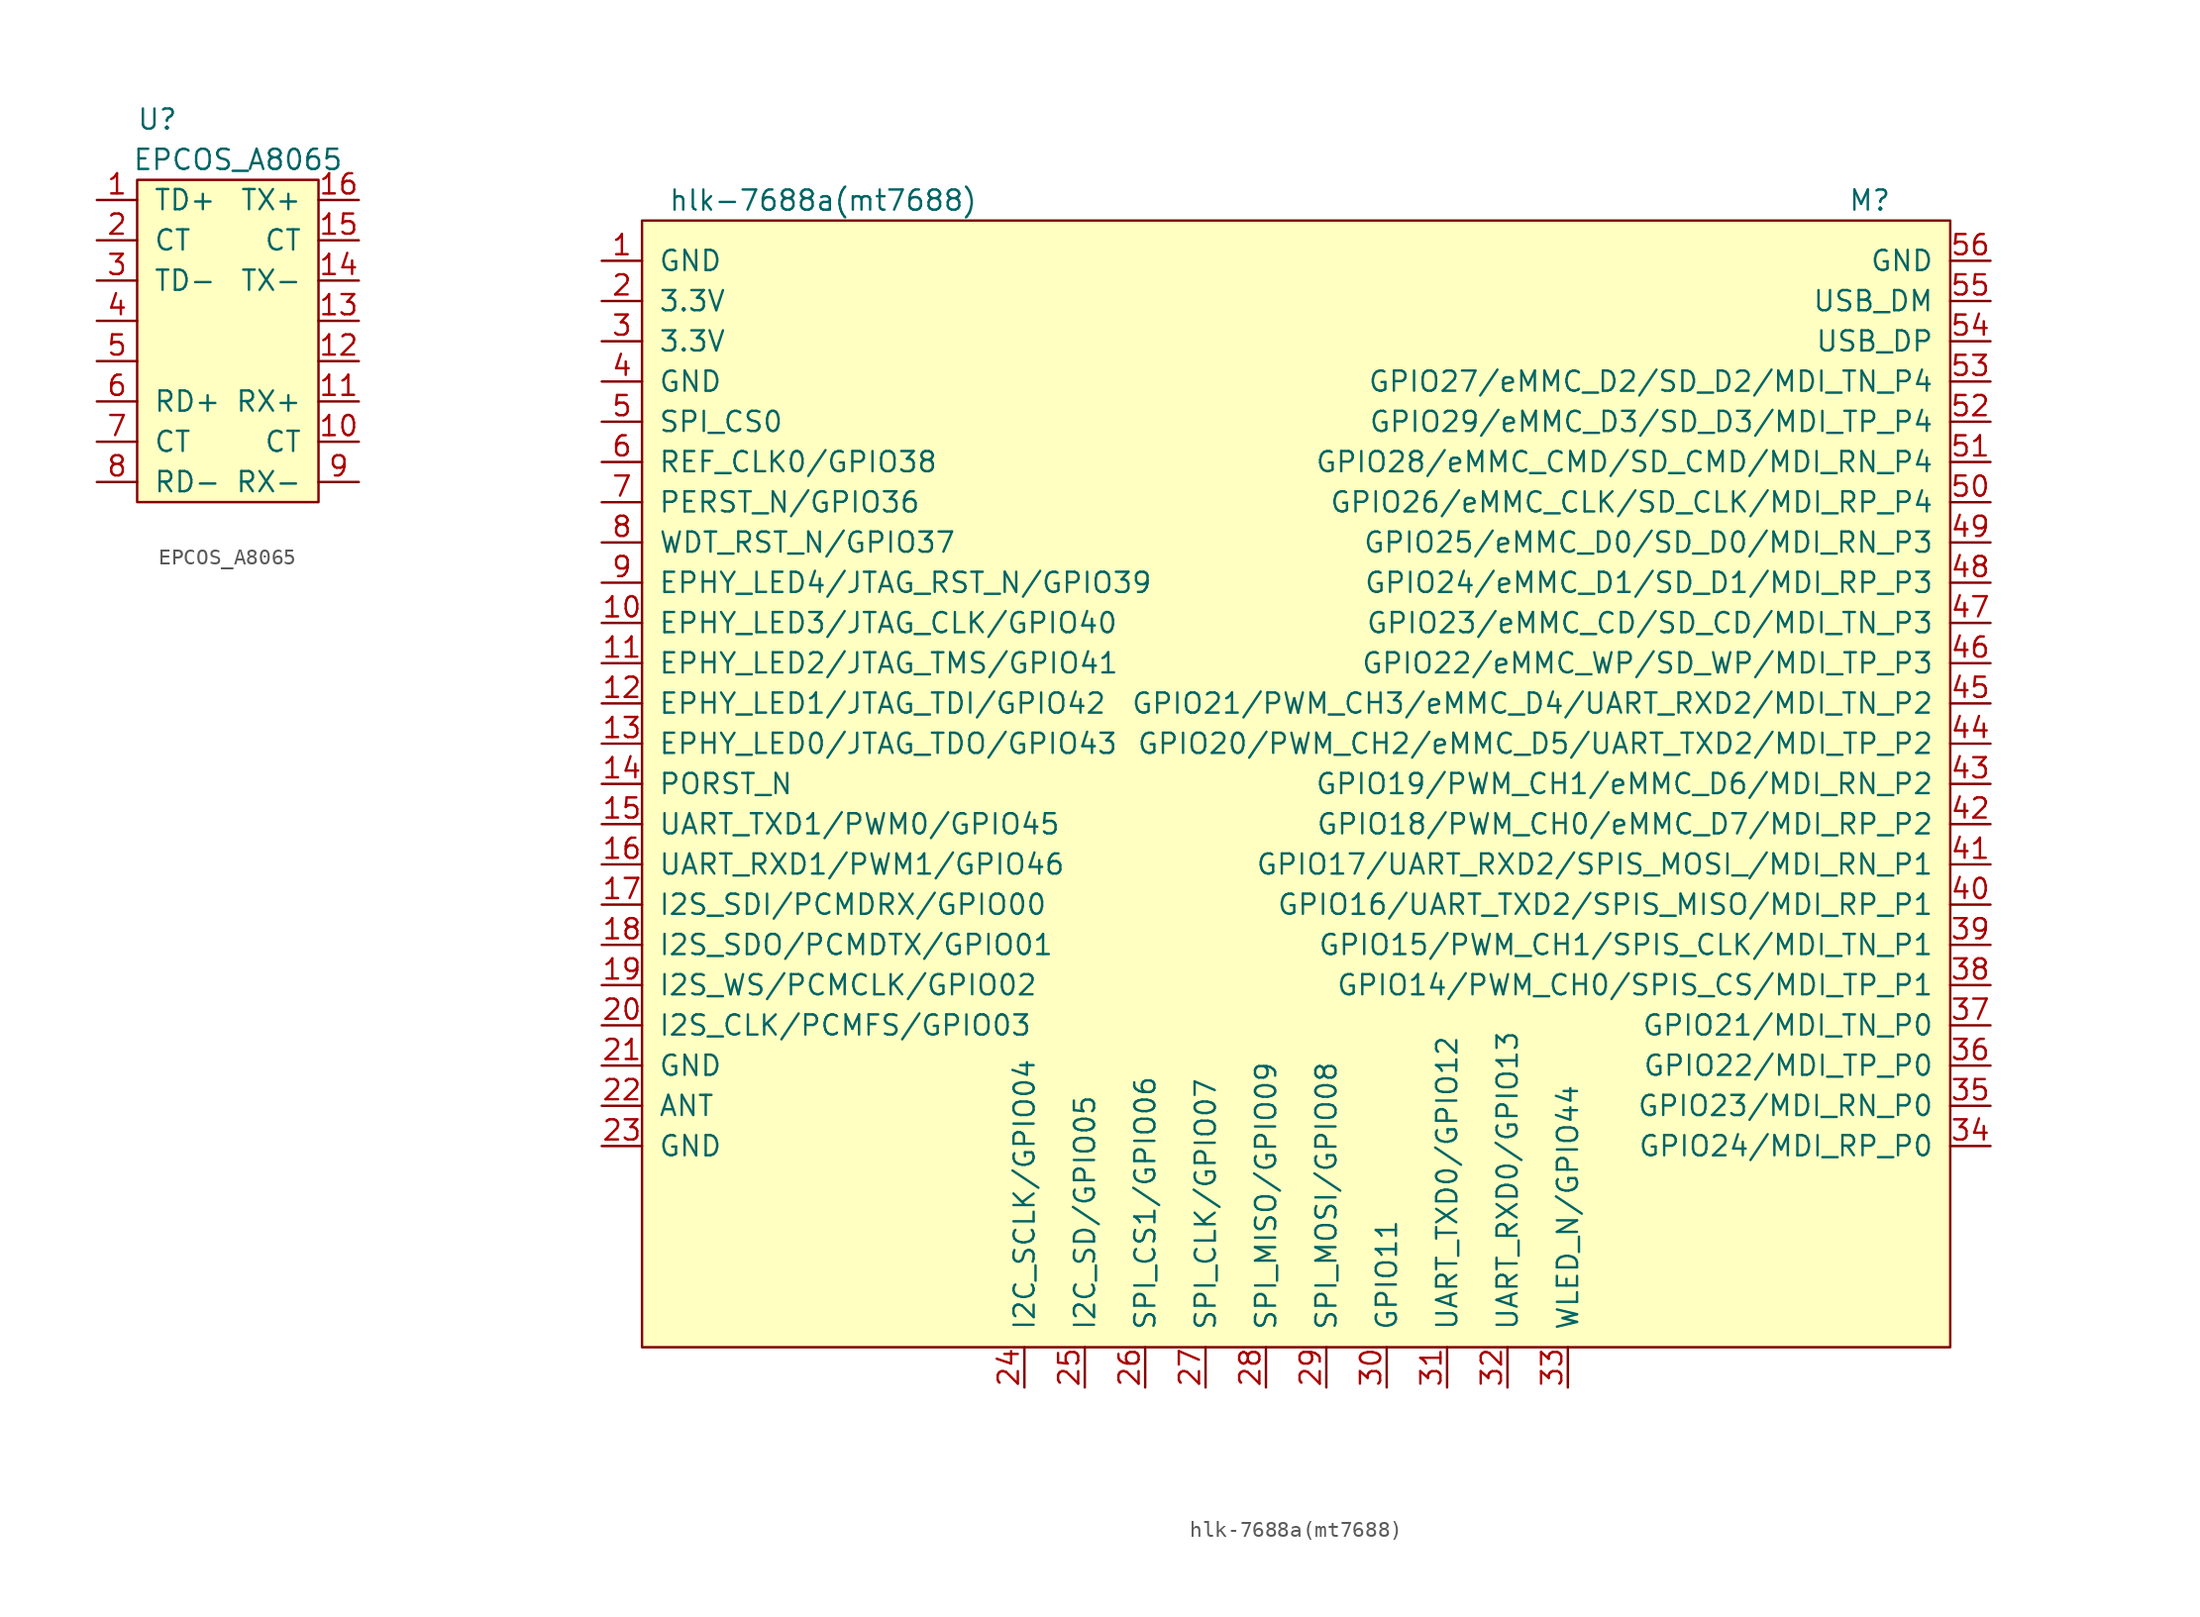
<source format=kicad_sym>
(kicad_symbol_lib
  (version 20211014)
  (generator kicad_symbol_editor)
  (symbol "components0:EPCOS_A8065"
    (pin_names
      (offset 1.016))
    (property "Reference" "U"
      (at -5.08 12.7 0)
      (effects (font (size 1.27 1.27))))
    (property "Value" "EPCOS_A8065"
      (at 0 10.16 0)
      (effects (font (size 1.27 1.27))))
    (symbol "EPCOS_A8065_0_0"
      (rectangle (start -6.35 8.89) (end 5.08 -11.43) (stroke (width 0) (type default) (color 0 0 0 0)) (fill (type background))))
    (symbol "EPCOS_A8065_1_1"
      (pin bidirectional line (at -8.89 7.62 0) (length 2.54) (name "TD+" (effects (font (size 1.27 1.27)))) (number "1" (effects (font (size 1.27 1.27)))))
      (pin bidirectional line (at 7.62 -7.62 180) (length 2.54) (name "CT" (effects (font (size 1.27 1.27)))) (number "10" (effects (font (size 1.27 1.27)))))
      (pin bidirectional line (at 7.62 -5.08 180) (length 2.54) (name "RX+" (effects (font (size 1.27 1.27)))) (number "11" (effects (font (size 1.27 1.27)))))
      (pin bidirectional line (at 7.62 -2.54 180) (length 2.54) (name "~" (effects (font (size 1.27 1.27)))) (number "12" (effects (font (size 1.27 1.27)))))
      (pin bidirectional line (at 7.62 0 180) (length 2.54) (name "~" (effects (font (size 1.27 1.27)))) (number "13" (effects (font (size 1.27 1.27)))))
      (pin bidirectional line (at 7.62 2.54 180) (length 2.54) (name "TX-" (effects (font (size 1.27 1.27)))) (number "14" (effects (font (size 1.27 1.27)))))
      (pin bidirectional line (at 7.62 5.08 180) (length 2.54) (name "CT" (effects (font (size 1.27 1.27)))) (number "15" (effects (font (size 1.27 1.27)))))
      (pin bidirectional line (at 7.62 7.62 180) (length 2.54) (name "TX+" (effects (font (size 1.27 1.27)))) (number "16" (effects (font (size 1.27 1.27)))))
      (pin bidirectional line (at -8.89 5.08 0) (length 2.54) (name "CT" (effects (font (size 1.27 1.27)))) (number "2" (effects (font (size 1.27 1.27)))))
      (pin bidirectional line (at -8.89 2.54 0) (length 2.54) (name "TD-" (effects (font (size 1.27 1.27)))) (number "3" (effects (font (size 1.27 1.27)))))
      (pin bidirectional line (at -8.89 0 0) (length 2.54) (name "~" (effects (font (size 1.27 1.27)))) (number "4" (effects (font (size 1.27 1.27)))))
      (pin bidirectional line (at -8.89 -2.54 0) (length 2.54) (name "~" (effects (font (size 1.27 1.27)))) (number "5" (effects (font (size 1.27 1.27)))))
      (pin bidirectional line (at -8.89 -5.08 0) (length 2.54) (name "RD+" (effects (font (size 1.27 1.27)))) (number "6" (effects (font (size 1.27 1.27)))))
      (pin bidirectional line (at -8.89 -7.62 0) (length 2.54) (name "CT" (effects (font (size 1.27 1.27)))) (number "7" (effects (font (size 1.27 1.27)))))
      (pin bidirectional line (at -8.89 -10.16 0) (length 2.54) (name "RD-" (effects (font (size 1.27 1.27)))) (number "8" (effects (font (size 1.27 1.27)))))
      (pin bidirectional line (at 7.62 -10.16 180) (length 2.54) (name "RX-" (effects (font (size 1.27 1.27)))) (number "9" (effects (font (size 1.27 1.27)))))))
  (symbol "components0:hlk-7688a(mt7688)"
    (pin_names
      (offset 1.016))
    (property "Reference" "M"
      (at 36.83 30.48 0)
      (effects (font (size 1.27 1.27))))
    (property "Value" "hlk-7688a(mt7688)"
      (at -29.21 30.48 0)
      (effects (font (size 1.27 1.27))))
    (symbol "hlk-7688a(mt7688)_0_1"
      (rectangle (start -40.64 29.21) (end 41.91 -41.91) (stroke (width 0) (type default) (color 0 0 0 0)) (fill (type background))))
    (symbol "hlk-7688a(mt7688)_1_1"
      (pin power_in line (at -43.18 26.67 0) (length 2.54) (name "GND" (effects (font (size 1.27 1.27)))) (number "1" (effects (font (size 1.27 1.27)))))
      (pin bidirectional line (at -43.18 3.81 0) (length 2.54) (name "EPHY_LED3/JTAG_CLK/GPIO40" (effects (font (size 1.27 1.27)))) (number "10" (effects (font (size 1.27 1.27)))))
      (pin bidirectional line (at -43.18 1.27 0) (length 2.54) (name "EPHY_LED2/JTAG_TMS/GPIO41" (effects (font (size 1.27 1.27)))) (number "11" (effects (font (size 1.27 1.27)))))
      (pin bidirectional line (at -43.18 -1.27 0) (length 2.54) (name "EPHY_LED1/JTAG_TDI/GPIO42" (effects (font (size 1.27 1.27)))) (number "12" (effects (font (size 1.27 1.27)))))
      (pin bidirectional line (at -43.18 -3.81 0) (length 2.54) (name "EPHY_LED0/JTAG_TDO/GPIO43" (effects (font (size 1.27 1.27)))) (number "13" (effects (font (size 1.27 1.27)))))
      (pin bidirectional line (at -43.18 -6.35 0) (length 2.54) (name "PORST_N" (effects (font (size 1.27 1.27)))) (number "14" (effects (font (size 1.27 1.27)))))
      (pin bidirectional line (at -43.18 -8.89 0) (length 2.54) (name "UART_TXD1/PWM0/GPIO45" (effects (font (size 1.27 1.27)))) (number "15" (effects (font (size 1.27 1.27)))))
      (pin bidirectional line (at -43.18 -11.43 0) (length 2.54) (name "UART_RXD1/PWM1/GPIO46" (effects (font (size 1.27 1.27)))) (number "16" (effects (font (size 1.27 1.27)))))
      (pin bidirectional line (at -43.18 -13.97 0) (length 2.54) (name "I2S_SDI/PCMDRX/GPIO00" (effects (font (size 1.27 1.27)))) (number "17" (effects (font (size 1.27 1.27)))))
      (pin bidirectional line (at -43.18 -16.51 0) (length 2.54) (name "I2S_SDO/PCMDTX/GPIO01" (effects (font (size 1.27 1.27)))) (number "18" (effects (font (size 1.27 1.27)))))
      (pin bidirectional line (at -43.18 -19.05 0) (length 2.54) (name "I2S_WS/PCMCLK/GPIO02" (effects (font (size 1.27 1.27)))) (number "19" (effects (font (size 1.27 1.27)))))
      (pin power_in line (at -43.18 24.13 0) (length 2.54) (name "3.3V" (effects (font (size 1.27 1.27)))) (number "2" (effects (font (size 1.27 1.27)))))
      (pin bidirectional line (at -43.18 -21.59 0) (length 2.54) (name "I2S_CLK/PCMFS/GPIO03" (effects (font (size 1.27 1.27)))) (number "20" (effects (font (size 1.27 1.27)))))
      (pin power_in line (at -43.18 -24.13 0) (length 2.54) (name "GND" (effects (font (size 1.27 1.27)))) (number "21" (effects (font (size 1.27 1.27)))))
      (pin output line (at -43.18 -26.67 0) (length 2.54) (name "ANT" (effects (font (size 1.27 1.27)))) (number "22" (effects (font (size 1.27 1.27)))))
      (pin power_in line (at -43.18 -29.21 0) (length 2.54) (name "GND" (effects (font (size 1.27 1.27)))) (number "23" (effects (font (size 1.27 1.27)))))
      (pin bidirectional line (at -16.51 -44.45 90) (length 2.54) (name "I2C_SCLK/GPIO04" (effects (font (size 1.27 1.27)))) (number "24" (effects (font (size 1.27 1.27)))))
      (pin bidirectional line (at -12.7 -44.45 90) (length 2.54) (name "I2C_SD/GPIO05" (effects (font (size 1.27 1.27)))) (number "25" (effects (font (size 1.27 1.27)))))
      (pin bidirectional line (at -8.89 -44.45 90) (length 2.54) (name "SPI_CS1/GPIO06" (effects (font (size 1.27 1.27)))) (number "26" (effects (font (size 1.27 1.27)))))
      (pin bidirectional line (at -5.08 -44.45 90) (length 2.54) (name "SPI_CLK/GPIO07" (effects (font (size 1.27 1.27)))) (number "27" (effects (font (size 1.27 1.27)))))
      (pin bidirectional line (at -1.27 -44.45 90) (length 2.54) (name "SPI_MISO/GPIO09" (effects (font (size 1.27 1.27)))) (number "28" (effects (font (size 1.27 1.27)))))
      (pin bidirectional line (at 2.54 -44.45 90) (length 2.54) (name "SPI_MOSI/GPIO08" (effects (font (size 1.27 1.27)))) (number "29" (effects (font (size 1.27 1.27)))))
      (pin power_in line (at -43.18 21.59 0) (length 2.54) (name "3.3V" (effects (font (size 1.27 1.27)))) (number "3" (effects (font (size 1.27 1.27)))))
      (pin bidirectional line (at 6.35 -44.45 90) (length 2.54) (name "GPIO11" (effects (font (size 1.27 1.27)))) (number "30" (effects (font (size 1.27 1.27)))))
      (pin bidirectional line (at 10.16 -44.45 90) (length 2.54) (name "UART_TXD0/GPIO12" (effects (font (size 1.27 1.27)))) (number "31" (effects (font (size 1.27 1.27)))))
      (pin bidirectional line (at 13.97 -44.45 90) (length 2.54) (name "UART_RXD0/GPIO13" (effects (font (size 1.27 1.27)))) (number "32" (effects (font (size 1.27 1.27)))))
      (pin bidirectional line (at 17.78 -44.45 90) (length 2.54) (name "WLED_N/GPIO44" (effects (font (size 1.27 1.27)))) (number "33" (effects (font (size 1.27 1.27)))))
      (pin bidirectional line (at 44.45 -29.21 180) (length 2.54) (name "GPIO24/MDI_RP_P0" (effects (font (size 1.27 1.27)))) (number "34" (effects (font (size 1.27 1.27)))))
      (pin bidirectional line (at 44.45 -26.67 180) (length 2.54) (name "GPIO23/MDI_RN_P0" (effects (font (size 1.27 1.27)))) (number "35" (effects (font (size 1.27 1.27)))))
      (pin bidirectional line (at 44.45 -24.13 180) (length 2.54) (name "GPIO22/MDI_TP_P0" (effects (font (size 1.27 1.27)))) (number "36" (effects (font (size 1.27 1.27)))))
      (pin bidirectional line (at 44.45 -21.59 180) (length 2.54) (name "GPIO21/MDI_TN_P0" (effects (font (size 1.27 1.27)))) (number "37" (effects (font (size 1.27 1.27)))))
      (pin bidirectional line (at 44.45 -19.05 180) (length 2.54) (name "GPIO14/PWM_CH0/SPIS_CS/MDI_TP_P1" (effects (font (size 1.27 1.27)))) (number "38" (effects (font (size 1.27 1.27)))))
      (pin bidirectional line (at 44.45 -16.51 180) (length 2.54) (name "GPIO15/PWM_CH1/SPIS_CLK/MDI_TN_P1" (effects (font (size 1.27 1.27)))) (number "39" (effects (font (size 1.27 1.27)))))
      (pin power_in line (at -43.18 19.05 0) (length 2.54) (name "GND" (effects (font (size 1.27 1.27)))) (number "4" (effects (font (size 1.27 1.27)))))
      (pin bidirectional line (at 44.45 -13.97 180) (length 2.54) (name "GPIO16/UART_TXD2/SPIS_MISO/MDI_RP_P1" (effects (font (size 1.27 1.27)))) (number "40" (effects (font (size 1.27 1.27)))))
      (pin bidirectional line (at 44.45 -11.43 180) (length 2.54) (name "GPIO17/UART_RXD2/SPIS_MOSI_/MDI_RN_P1" (effects (font (size 1.27 1.27)))) (number "41" (effects (font (size 1.27 1.27)))))
      (pin bidirectional line (at 44.45 -8.89 180) (length 2.54) (name "GPIO18/PWM_CH0/eMMC_D7/MDI_RP_P2" (effects (font (size 1.27 1.27)))) (number "42" (effects (font (size 1.27 1.27)))))
      (pin bidirectional line (at 44.45 -6.35 180) (length 2.54) (name "GPIO19/PWM_CH1/eMMC_D6/MDI_RN_P2" (effects (font (size 1.27 1.27)))) (number "43" (effects (font (size 1.27 1.27)))))
      (pin bidirectional line (at 44.45 -3.81 180) (length 2.54) (name "GPIO20/PWM_CH2/eMMC_D5/UART_TXD2/MDI_TP_P2" (effects (font (size 1.27 1.27)))) (number "44" (effects (font (size 1.27 1.27)))))
      (pin bidirectional line (at 44.45 -1.27 180) (length 2.54) (name "GPIO21/PWM_CH3/eMMC_D4/UART_RXD2/MDI_TN_P2" (effects (font (size 1.27 1.27)))) (number "45" (effects (font (size 1.27 1.27)))))
      (pin bidirectional line (at 44.45 1.27 180) (length 2.54) (name "GPIO22/eMMC_WP/SD_WP/MDI_TP_P3" (effects (font (size 1.27 1.27)))) (number "46" (effects (font (size 1.27 1.27)))))
      (pin bidirectional line (at 44.45 3.81 180) (length 2.54) (name "GPIO23/eMMC_CD/SD_CD/MDI_TN_P3" (effects (font (size 1.27 1.27)))) (number "47" (effects (font (size 1.27 1.27)))))
      (pin bidirectional line (at 44.45 6.35 180) (length 2.54) (name "GPIO24/eMMC_D1/SD_D1/MDI_RP_P3" (effects (font (size 1.27 1.27)))) (number "48" (effects (font (size 1.27 1.27)))))
      (pin bidirectional line (at 44.45 8.89 180) (length 2.54) (name "GPIO25/eMMC_D0/SD_D0/MDI_RN_P3" (effects (font (size 1.27 1.27)))) (number "49" (effects (font (size 1.27 1.27)))))
      (pin bidirectional line (at -43.18 16.51 0) (length 2.54) (name "SPI_CS0" (effects (font (size 1.27 1.27)))) (number "5" (effects (font (size 1.27 1.27)))))
      (pin bidirectional line (at 44.45 11.43 180) (length 2.54) (name "GPIO26/eMMC_CLK/SD_CLK/MDI_RP_P4" (effects (font (size 1.27 1.27)))) (number "50" (effects (font (size 1.27 1.27)))))
      (pin bidirectional line (at 44.45 13.97 180) (length 2.54) (name "GPIO28/eMMC_CMD/SD_CMD/MDI_RN_P4" (effects (font (size 1.27 1.27)))) (number "51" (effects (font (size 1.27 1.27)))))
      (pin bidirectional line (at 44.45 16.51 180) (length 2.54) (name "GPIO29/eMMC_D3/SD_D3/MDI_TP_P4" (effects (font (size 1.27 1.27)))) (number "52" (effects (font (size 1.27 1.27)))))
      (pin bidirectional line (at 44.45 19.05 180) (length 2.54) (name "GPIO27/eMMC_D2/SD_D2/MDI_TN_P4" (effects (font (size 1.27 1.27)))) (number "53" (effects (font (size 1.27 1.27)))))
      (pin bidirectional line (at 44.45 21.59 180) (length 2.54) (name "USB_DP" (effects (font (size 1.27 1.27)))) (number "54" (effects (font (size 1.27 1.27)))))
      (pin bidirectional line (at 44.45 24.13 180) (length 2.54) (name "USB_DM" (effects (font (size 1.27 1.27)))) (number "55" (effects (font (size 1.27 1.27)))))
      (pin power_in line (at 44.45 26.67 180) (length 2.54) (name "GND" (effects (font (size 1.27 1.27)))) (number "56" (effects (font (size 1.27 1.27)))))
      (pin bidirectional line (at -43.18 13.97 0) (length 2.54) (name "REF_CLK0/GPIO38" (effects (font (size 1.27 1.27)))) (number "6" (effects (font (size 1.27 1.27)))))
      (pin bidirectional line (at -43.18 11.43 0) (length 2.54) (name "PERST_N/GPIO36" (effects (font (size 1.27 1.27)))) (number "7" (effects (font (size 1.27 1.27)))))
      (pin bidirectional line (at -43.18 8.89 0) (length 2.54) (name "WDT_RST_N/GPIO37" (effects (font (size 1.27 1.27)))) (number "8" (effects (font (size 1.27 1.27)))))
      (pin bidirectional line (at -43.18 6.35 0) (length 2.54) (name "EPHY_LED4/JTAG_RST_N/GPIO39" (effects (font (size 1.27 1.27)))) (number "9" (effects (font (size 1.27 1.27))))))))
</source>
